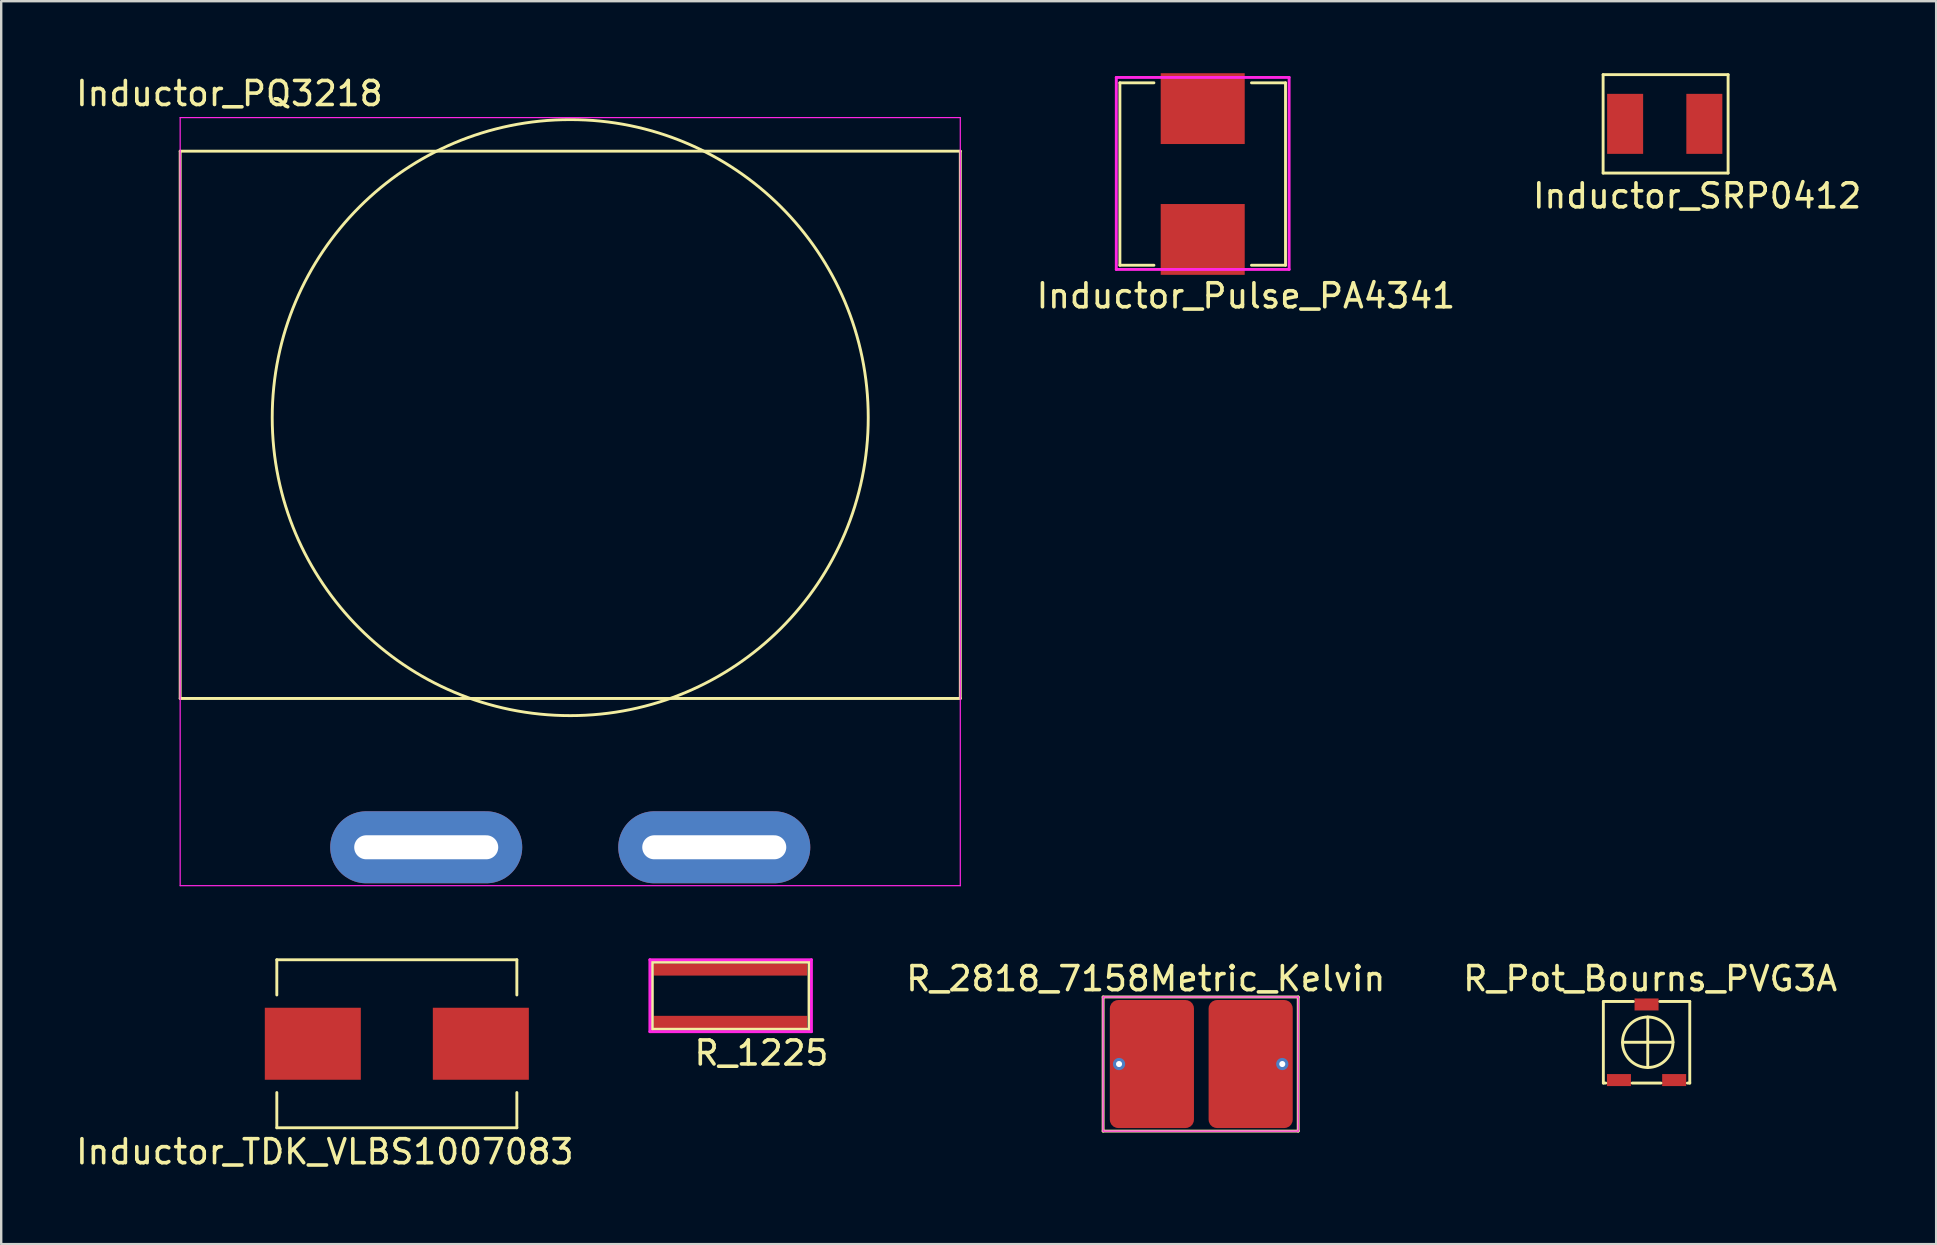
<source format=kicad_pcb>
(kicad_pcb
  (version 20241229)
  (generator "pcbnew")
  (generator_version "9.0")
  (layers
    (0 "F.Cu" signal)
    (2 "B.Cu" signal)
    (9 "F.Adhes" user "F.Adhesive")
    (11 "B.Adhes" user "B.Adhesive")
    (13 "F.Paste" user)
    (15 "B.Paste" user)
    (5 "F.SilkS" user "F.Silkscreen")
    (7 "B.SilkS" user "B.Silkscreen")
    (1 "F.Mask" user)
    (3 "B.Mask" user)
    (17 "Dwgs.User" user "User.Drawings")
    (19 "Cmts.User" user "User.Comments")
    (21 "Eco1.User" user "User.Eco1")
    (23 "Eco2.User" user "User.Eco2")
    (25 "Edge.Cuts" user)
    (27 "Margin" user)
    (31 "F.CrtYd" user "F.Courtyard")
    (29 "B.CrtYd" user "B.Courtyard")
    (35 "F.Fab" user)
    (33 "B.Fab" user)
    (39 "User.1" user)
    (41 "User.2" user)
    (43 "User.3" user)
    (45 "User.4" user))
  (footprint "R_1225"
    (layer "F.Cu")
    (at 27.377 38.457)
    (property "Reference" "R_1225" (at 1.295 2.362 0) (layer "F.SilkS") (effects (font (size 1 1) (thickness 0.15))))
    (attr smd)
    (fp_line (start -3.251 -1.422) (end 3.277 -1.422) (stroke (width 0.12) (type solid)) (layer "F.SilkS"))
    (fp_line (start -3.251 1.372) (end -3.251 -1.422) (stroke (width 0.12) (type solid)) (layer "F.SilkS"))
    (fp_line (start 3.277 -1.422) (end 3.277 1.372) (stroke (width 0.12) (type solid)) (layer "F.SilkS"))
    (fp_line (start 3.277 1.372) (end -3.251 1.372) (stroke (width 0.12) (type solid)) (layer "F.SilkS"))
    (fp_line (start -3.353 -1.524) (end 3.378 -1.524) (stroke (width 0.12) (type solid)) (layer "F.CrtYd"))
    (fp_line (start -3.353 1.473) (end -3.353 -1.524) (stroke (width 0.12) (type solid)) (layer "F.CrtYd"))
    (fp_line (start 3.378 -1.524) (end 3.378 1.473) (stroke (width 0.12) (type solid)) (layer "F.CrtYd"))
    (fp_line (start 3.378 1.473) (end -3.353 1.473) (stroke (width 0.12) (type solid)) (layer "F.CrtYd"))
    (pad "1" smd rect (at 0 -1.118) (size 6.401 0.508) (layers "F.Cu" "F.Mask" "F.Paste"))
    (pad "2" smd rect (at 0 1.067) (size 6.401 0.508) (layers "F.Cu" "F.Mask" "F.Paste")))
  (footprint "Inductor_PQ3218"
    (layer "F.Cu")
    (at 20.706 16.048)
    (property "Reference" "Inductor_PQ3218" (at -14.2 -15.2 0) (layer "F.SilkS") (effects (font (size 1 1) (thickness 0.15))))
    (attr through_hole)
    (fp_line (start -16.25 -12.8) (end -16.25 10) (stroke (width 0.12) (type solid)) (layer "F.SilkS"))
    (fp_line (start -16.25 -12.8) (end 16.25 -12.8) (stroke (width 0.12) (type solid)) (layer "F.SilkS"))
    (fp_line (start -16.25 10) (end 16.25 10) (stroke (width 0.12) (type solid)) (layer "F.SilkS"))
    (fp_line (start 16.25 -12.8) (end 16.25 10) (stroke (width 0.12) (type solid)) (layer "F.SilkS"))
    (fp_circle (center 0 -1.7) (end 12.415 -1.7) (stroke (width 0.12) (type solid)) (fill no) (layer "F.SilkS"))
    (fp_line (start -16.25 -14.2) (end 16.25 -14.2) (stroke (width 0.05) (type solid)) (layer "F.CrtYd"))
    (fp_line (start -16.25 17.8) (end -16.25 -14.2) (stroke (width 0.05) (type solid)) (layer "F.CrtYd"))
    (fp_line (start 16.25 -14.2) (end 16.25 17.8) (stroke (width 0.05) (type solid)) (layer "F.CrtYd"))
    (fp_line (start 16.25 17.8) (end -16.25 17.8) (stroke (width 0.05) (type solid)) (layer "F.CrtYd"))
    (pad "1" thru_hole oval (at -6 16.2) (size 8 3) (drill oval 6 1) (layers "*.Cu" "*.Mask"))
    (pad "2" thru_hole oval (at 6 16.2) (size 8 3) (drill oval 6 1) (layers "*.Cu" "*.Mask")))
  (footprint "Inductor_TDK_VLBS1007083"
    (layer "F.Cu")
    (at 13.482 40.433)
    (property "Reference" "Inductor_TDK_VLBS1007083" (at -3 4.5 0) (layer "F.SilkS") (effects (font (size 1 1) (thickness 0.15))))
    (attr through_hole)
    (fp_line (start -5 -3.5) (end -5 -2.032) (stroke (width 0.12) (type solid)) (layer "F.SilkS"))
    (fp_line (start -5 -3.5) (end 5 -3.5) (stroke (width 0.12) (type solid)) (layer "F.SilkS"))
    (fp_line (start -5 2.032) (end -5 3.5) (stroke (width 0.12) (type solid)) (layer "F.SilkS"))
    (fp_line (start 5 -3.5) (end 5 -2.032) (stroke (width 0.12) (type solid)) (layer "F.SilkS"))
    (fp_line (start 5 2.032) (end 5 3.5) (stroke (width 0.12) (type solid)) (layer "F.SilkS"))
    (fp_line (start 5 3.5) (end -5 3.5) (stroke (width 0.12) (type solid)) (layer "F.SilkS"))
    (pad "1" smd rect (at -3.5 0) (size 4 3) (layers "F.Cu" "F.Mask" "F.Paste"))
    (pad "2" smd rect (at 3.5 0) (size 4 3) (layers "F.Cu" "F.Mask" "F.Paste")))
  (footprint "Inductor_Pulse_PA4341"
    (layer "F.Cu")
    (at 47.055 4.275)
    (property "Reference" "Inductor_Pulse_PA4341" (at 1.8 5 0) (layer "F.SilkS") (effects (font (size 1 1) (thickness 0.15))))
    (attr smd)
    (fp_line (start -3.45 -3.875) (end -3.45 3.725) (stroke (width 0.12) (type solid)) (layer "F.SilkS"))
    (fp_line (start -3.45 -3.875) (end -2.032 -3.875) (stroke (width 0.12) (type solid)) (layer "F.SilkS"))
    (fp_line (start -3.45 3.725) (end -2.032 3.725) (stroke (width 0.12) (type solid)) (layer "F.SilkS"))
    (fp_line (start 3.45 -3.875) (end 2.032 -3.875) (stroke (width 0.12) (type solid)) (layer "F.SilkS"))
    (fp_line (start 3.45 3.725) (end 2.032 3.725) (stroke (width 0.12) (type solid)) (layer "F.SilkS"))
    (fp_line (start 3.45 3.725) (end 3.45 -3.875) (stroke (width 0.12) (type solid)) (layer "F.SilkS"))
    (fp_line (start -3.6 -4.1) (end 3.6 -4.1) (stroke (width 0.12) (type solid)) (layer "F.CrtYd"))
    (fp_line (start -3.6 3.9) (end -3.6 -4.1) (stroke (width 0.12) (type solid)) (layer "F.CrtYd"))
    (fp_line (start 3.6 -4.1) (end 3.6 3.9) (stroke (width 0.12) (type solid)) (layer "F.CrtYd"))
    (fp_line (start 3.6 3.9) (end -3.6 3.9) (stroke (width 0.12) (type solid)) (layer "F.CrtYd"))
    (pad "1" smd rect (at 0 -2.8) (size 3.5 2.95) (layers "F.Cu" "F.Mask" "F.Paste"))
    (pad "2" smd rect (at 0 2.65) (size 3.5 2.95) (layers "F.Cu" "F.Mask" "F.Paste")))
  (footprint "R_2818_7158Metric_Kelvin"
    (layer "F.Cu")
    (at 46.97 41.278)
    (property "Reference" "R_2818_7158Metric_Kelvin" (at -2.286 -3.556 0) (layer "F.SilkS") (effects (font (size 1 1) (thickness 0.15))))
    (attr smd)
    (fp_line (start -4.064 -2.794) (end 4.064 -2.794) (stroke (width 0.12) (type solid)) (layer "F.SilkS"))
    (fp_line (start -4.064 2.794) (end -4.064 -2.794) (stroke (width 0.12) (type solid)) (layer "F.SilkS"))
    (fp_line (start 4.064 -2.794) (end 4.064 2.794) (stroke (width 0.12) (type solid)) (layer "F.SilkS"))
    (fp_line (start 4.064 2.794) (end -4.064 2.794) (stroke (width 0.12) (type solid)) (layer "F.SilkS"))
    (fp_line (start -4.064 -2.794) (end 4.064 -2.794) (stroke (width 0.05) (type solid)) (layer "F.CrtYd"))
    (fp_line (start -4.064 2.794) (end -4.064 -2.794) (stroke (width 0.05) (type solid)) (layer "F.CrtYd"))
    (fp_line (start 4.064 -2.794) (end 4.064 2.794) (stroke (width 0.05) (type solid)) (layer "F.CrtYd"))
    (fp_line (start 4.064 2.794) (end -4.064 2.794) (stroke (width 0.05) (type solid)) (layer "F.CrtYd"))
    (pad "" smd roundrect (at -3.2 -2) (size 0.8 0.8) (layers "F.Paste") (roundrect_rratio 0.25))
    (pad "" smd roundrect (at -3.2 -1) (size 0.8 0.8) (layers "F.Paste") (roundrect_rratio 0.25))
    (pad "" smd roundrect (at -3.2 0) (size 0.8 0.8) (layers "F.Paste") (roundrect_rratio 0.25))
    (pad "" smd roundrect (at -3.2 1) (size 0.8 0.8) (layers "F.Paste") (roundrect_rratio 0.25))
    (pad "" smd roundrect (at -3.2 2) (size 0.8 0.8) (layers "F.Paste") (roundrect_rratio 0.25))
    (pad "" smd roundrect (at -2 -2) (size 0.8 0.8) (layers "F.Paste") (roundrect_rratio 0.25))
    (pad "" smd roundrect (at -2 -1) (size 0.8 0.8) (layers "F.Paste") (roundrect_rratio 0.25))
    (pad "" smd roundrect (at -2 0) (size 0.8 0.8) (layers "F.Paste") (roundrect_rratio 0.25))
    (pad "" smd roundrect (at -2 1) (size 0.8 0.8) (layers "F.Paste") (roundrect_rratio 0.25))
    (pad "" smd roundrect (at -2 2) (size 0.8 0.8) (layers "F.Paste") (roundrect_rratio 0.25))
    (pad "" smd roundrect (at -0.8 -2) (size 0.8 0.8) (layers "F.Paste") (roundrect_rratio 0.25))
    (pad "" smd roundrect (at -0.8 -1) (size 0.8 0.8) (layers "F.Paste") (roundrect_rratio 0.25))
    (pad "" smd roundrect (at -0.8 0) (size 0.8 0.8) (layers "F.Paste") (roundrect_rratio 0.25))
    (pad "" smd roundrect (at -0.8 1) (size 0.8 0.8) (layers "F.Paste") (roundrect_rratio 0.25))
    (pad "" smd roundrect (at -0.8 2) (size 0.8 0.8) (layers "F.Paste") (roundrect_rratio 0.25))
    (pad "" smd roundrect (at 1 -2) (size 0.8 0.8) (layers "F.Paste") (roundrect_rratio 0.25))
    (pad "" smd roundrect (at 1 -1) (size 0.8 0.8) (layers "F.Paste") (roundrect_rratio 0.25))
    (pad "" smd roundrect (at 1 0) (size 0.8 0.8) (layers "F.Paste") (roundrect_rratio 0.25))
    (pad "" smd roundrect (at 1 1) (size 0.8 0.8) (layers "F.Paste") (roundrect_rratio 0.25))
    (pad "" smd roundrect (at 1 2) (size 0.8 0.8) (layers "F.Paste") (roundrect_rratio 0.25))
    (pad "" smd roundrect (at 2.2 -2) (size 0.8 0.8) (layers "F.Paste") (roundrect_rratio 0.25))
    (pad "" smd roundrect (at 2.2 -1) (size 0.8 0.8) (layers "F.Paste") (roundrect_rratio 0.25))
    (pad "" smd roundrect (at 2.2 0) (size 0.8 0.8) (layers "F.Paste") (roundrect_rratio 0.25))
    (pad "" smd roundrect (at 2.2 1) (size 0.8 0.8) (layers "F.Paste") (roundrect_rratio 0.25))
    (pad "" smd roundrect (at 2.2 2) (size 0.8 0.8) (layers "F.Paste") (roundrect_rratio 0.25))
    (pad "" smd roundrect (at 3.4 -2) (size 0.8 0.8) (layers "F.Paste") (roundrect_rratio 0.25))
    (pad "" smd roundrect (at 3.4 -1) (size 0.8 0.8) (layers "F.Paste") (roundrect_rratio 0.25))
    (pad "" smd roundrect (at 3.4 0) (size 0.8 0.8) (layers "F.Paste") (roundrect_rratio 0.25))
    (pad "" smd roundrect (at 3.4 1) (size 0.8 0.8) (layers "F.Paste") (roundrect_rratio 0.25))
    (pad "" smd roundrect (at 3.4 2) (size 0.8 0.8) (layers "F.Paste") (roundrect_rratio 0.25))
    (pad "1" thru_hole circle (at -3.4 0) (size 0.508 0.508) (drill 0.254) (layers "*.Cu" "*.Mask"))
    (pad "1" smd roundrect (at -2.032 0) (size 3.505 5.334) (layers "F.Cu" "F.Mask") (roundrect_rratio 0.1))
    (pad "2" smd roundrect (at 2.083 0) (size 3.505 5.334) (layers "F.Cu" "F.Mask") (roundrect_rratio 0.1))
    (pad "2" thru_hole circle (at 3.4 0) (size 0.508 0.508) (drill 0.254) (layers "*.Cu" "*.Mask")))
  (footprint "R_Pot_Bourns_PVG3A"
    (layer "F.Cu")
    (at 65.546 40.371)
    (property "Reference" "R_Pot_Bourns_PVG3A" (at 0.15 -2.65 0) (layer "F.SilkS") (effects (font (size 1 1) (thickness 0.15))))
    (attr smd)
    (fp_line (start -1.8 -1.7) (end -1.8 1.7) (stroke (width 0.12) (type solid)) (layer "F.SilkS"))
    (fp_line (start -1.8 1.7) (end -1.7 1.7) (stroke (width 0.12) (type solid)) (layer "F.SilkS"))
    (fp_line (start -1.001 0) (end 1.101 0) (stroke (width 0.12) (type solid)) (layer "F.SilkS"))
    (fp_line (start -0.6 1.7) (end 0.6 1.7) (stroke (width 0.12) (type solid)) (layer "F.SilkS"))
    (fp_line (start -0.55 -1.7) (end -1.8 -1.7) (stroke (width 0.12) (type solid)) (layer "F.SilkS"))
    (fp_line (start 0.05 -1.051) (end 0.05 1.051) (stroke (width 0.12) (type solid)) (layer "F.SilkS"))
    (fp_line (start 1.7 1.7) (end 1.8 1.7) (stroke (width 0.12) (type solid)) (layer "F.SilkS"))
    (fp_line (start 1.8 -1.7) (end 0.55 -1.7) (stroke (width 0.12) (type solid)) (layer "F.SilkS"))
    (fp_line (start 1.8 1.7) (end 1.8 -1.7) (stroke (width 0.12) (type solid)) (layer "F.SilkS"))
    (fp_circle (center 0.05 0) (end 0.1 -1.05) (stroke (width 0.12) (type solid)) (fill no) (layer "F.SilkS"))
    (pad "1" smd rect (at -1.15 1.575) (size 1 0.5) (layers "F.Cu" "F.Mask" "F.Paste"))
    (pad "2" smd rect (at 0 -1.575) (size 1 0.5) (layers "F.Cu" "F.Mask" "F.Paste"))
    (pad "3" smd rect (at 1.15 1.575) (size 1 0.5) (layers "F.Cu" "F.Mask" "F.Paste")))
  (footprint "Inductor_SRP0412"
    (layer "F.Cu")
    (at 66.403 2.11)
    (property "Reference" "Inductor_SRP0412" (at 1.25 3 0) (layer "F.SilkS") (effects (font (size 1 1) (thickness 0.15))))
    (attr smd)
    (fp_line (start -2.667 -2.05) (end -2.667 2.05) (stroke (width 0.12) (type solid)) (layer "F.SilkS"))
    (fp_line (start -2.667 -2.05) (end 2.54 -2.05) (stroke (width 0.12) (type solid)) (layer "F.SilkS"))
    (fp_line (start 2.54 -2.05) (end 2.54 2.05) (stroke (width 0.12) (type solid)) (layer "F.SilkS"))
    (fp_line (start 2.54 2.05) (end -2.667 2.05) (stroke (width 0.12) (type solid)) (layer "F.SilkS"))
    (pad "1" smd rect (at -1.75 0) (size 1.5 2.5) (layers "F.Cu" "F.Mask" "F.Paste"))
    (pad "2" smd rect (at 1.55 0) (size 1.5 2.5) (layers "F.Cu" "F.Mask" "F.Paste")))
  (gr_rect
    (start -3 -3)
    (end 77.611 48.782)
    (stroke (width 0.1) (type default))
    (fill no)
    (layer "Edge.Cuts")))
</source>
